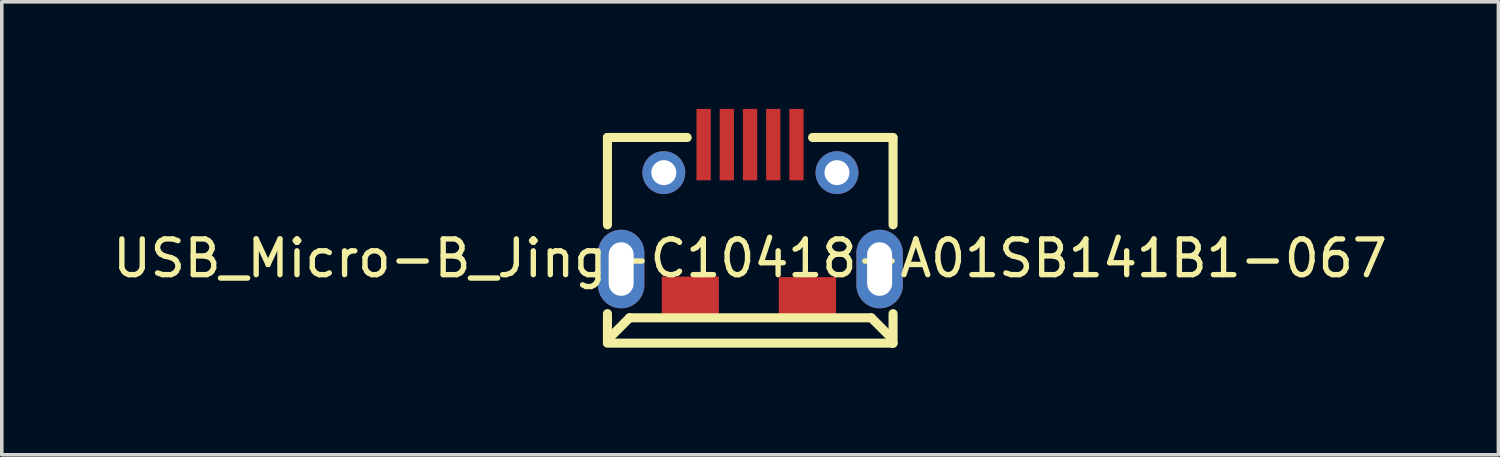
<source format=kicad_pcb>
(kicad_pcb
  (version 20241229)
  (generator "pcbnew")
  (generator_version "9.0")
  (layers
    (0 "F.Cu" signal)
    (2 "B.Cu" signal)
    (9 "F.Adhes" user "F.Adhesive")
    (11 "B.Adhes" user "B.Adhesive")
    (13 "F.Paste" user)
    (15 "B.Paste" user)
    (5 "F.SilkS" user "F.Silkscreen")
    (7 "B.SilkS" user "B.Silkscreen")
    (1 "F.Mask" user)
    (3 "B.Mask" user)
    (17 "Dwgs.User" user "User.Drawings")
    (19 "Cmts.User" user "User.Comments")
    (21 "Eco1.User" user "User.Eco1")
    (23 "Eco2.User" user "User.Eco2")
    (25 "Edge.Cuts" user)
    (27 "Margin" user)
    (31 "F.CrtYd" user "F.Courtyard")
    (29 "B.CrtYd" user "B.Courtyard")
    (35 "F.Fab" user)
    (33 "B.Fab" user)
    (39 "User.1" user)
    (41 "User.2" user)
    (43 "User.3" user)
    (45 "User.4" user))
  (footprint "USB_Micro-B_Jing-C10418-A01SB141B1-067"
    (layer "F.Cu")
    (at 17.958 3.687)
    (property "Reference" "USB_Micro-B_Jing-C10418-A01SB141B1-067" (at 0 0.5 0) (layer "F.SilkS") (effects (font (size 1 1) (thickness 0.15))))
    (attr through_hole)
    (fp_line (start -3.995 -2.886) (end -3.995 -0.441) (stroke (width 0.254) (type solid)) (layer "F.SilkS"))
    (fp_line (start -3.995 -2.886) (end -1.762 -2.886) (stroke (width 0.254) (type solid)) (layer "F.SilkS"))
    (fp_line (start -3.995 2.048) (end -3.995 2.854) (stroke (width 0.254) (type solid)) (layer "F.SilkS"))
    (fp_line (start -3.965 2.754) (end -3.375 2.164) (stroke (width 0.254) (type solid)) (layer "F.SilkS"))
    (fp_line (start -3.965 2.854) (end -3.965 2.754) (stroke (width 0.254) (type solid)) (layer "F.SilkS"))
    (fp_line (start 1.751 -2.886) (end 4.005 -2.886) (stroke (width 0.254) (type solid)) (layer "F.SilkS"))
    (fp_line (start 3.395 2.164) (end -3.375 2.164) (stroke (width 0.254) (type solid)) (layer "F.SilkS"))
    (fp_line (start 3.985 2.754) (end 3.395 2.164) (stroke (width 0.254) (type solid)) (layer "F.SilkS"))
    (fp_line (start 3.985 2.874) (end 3.985 2.754) (stroke (width 0.254) (type solid)) (layer "F.SilkS"))
    (fp_line (start 4.005 -2.876) (end 4.005 -0.441) (stroke (width 0.254) (type solid)) (layer "F.SilkS"))
    (fp_line (start 4.005 2.048) (end 4.005 2.874) (stroke (width 0.254) (type solid)) (layer "F.SilkS"))
    (fp_line (start 4.005 2.874) (end -3.995 2.874) (stroke (width 0.254) (type solid)) (layer "F.SilkS"))
    (pad "" thru_hole oval (at -3.611 0.798) (size 1.3 2.2) (drill oval 0.7 1.5) (layers "*.Cu" "*.Paste" "*.Mask"))
    (pad "" smd rect (at -1.674 1.609) (size 1.6 1.2) (layers "F.Cu" "F.Mask" "F.Paste"))
    (pad "" smd rect (at 1.605 1.625) (size 1.6 1.2) (layers "F.Cu" "F.Mask" "F.Paste"))
    (pad "" thru_hole oval (at 3.628 0.798) (size 1.3 2.2) (drill oval 0.7 1.5) (layers "*.Cu" "*.Paste" "*.Mask"))
    (pad "0" thru_hole circle (at -2.416 -1.902) (size 1.2 1.2) (drill 0.7) (layers "*.Cu" "*.Paste" "*.Mask"))
    (pad "0" thru_hole circle (at 2.434 -1.902) (size 1.2 1.2) (drill 0.7) (layers "*.Cu" "*.Paste" "*.Mask"))
    (pad "1" smd rect (at -1.301 -2.687 270) (size 2 0.4) (layers "F.Cu" "F.Mask" "F.Paste"))
    (pad "2" smd rect (at -0.651 -2.687 270) (size 2 0.4) (layers "F.Cu" "F.Mask" "F.Paste"))
    (pad "3" smd rect (at -0.001 -2.687 270) (size 2 0.4) (layers "F.Cu" "F.Mask" "F.Paste"))
    (pad "4" smd rect (at 0.649 -2.687 270) (size 2 0.4) (layers "F.Cu" "F.Mask" "F.Paste"))
    (pad "5" smd rect (at 1.299 -2.687 270) (size 2 0.4) (layers "F.Cu" "F.Mask" "F.Paste")))
  (gr_rect
    (start -3 -3)
    (end 38.917 9.688)
    (stroke (width 0.1) (type default))
    (fill no)
    (layer "Edge.Cuts")))
</source>
